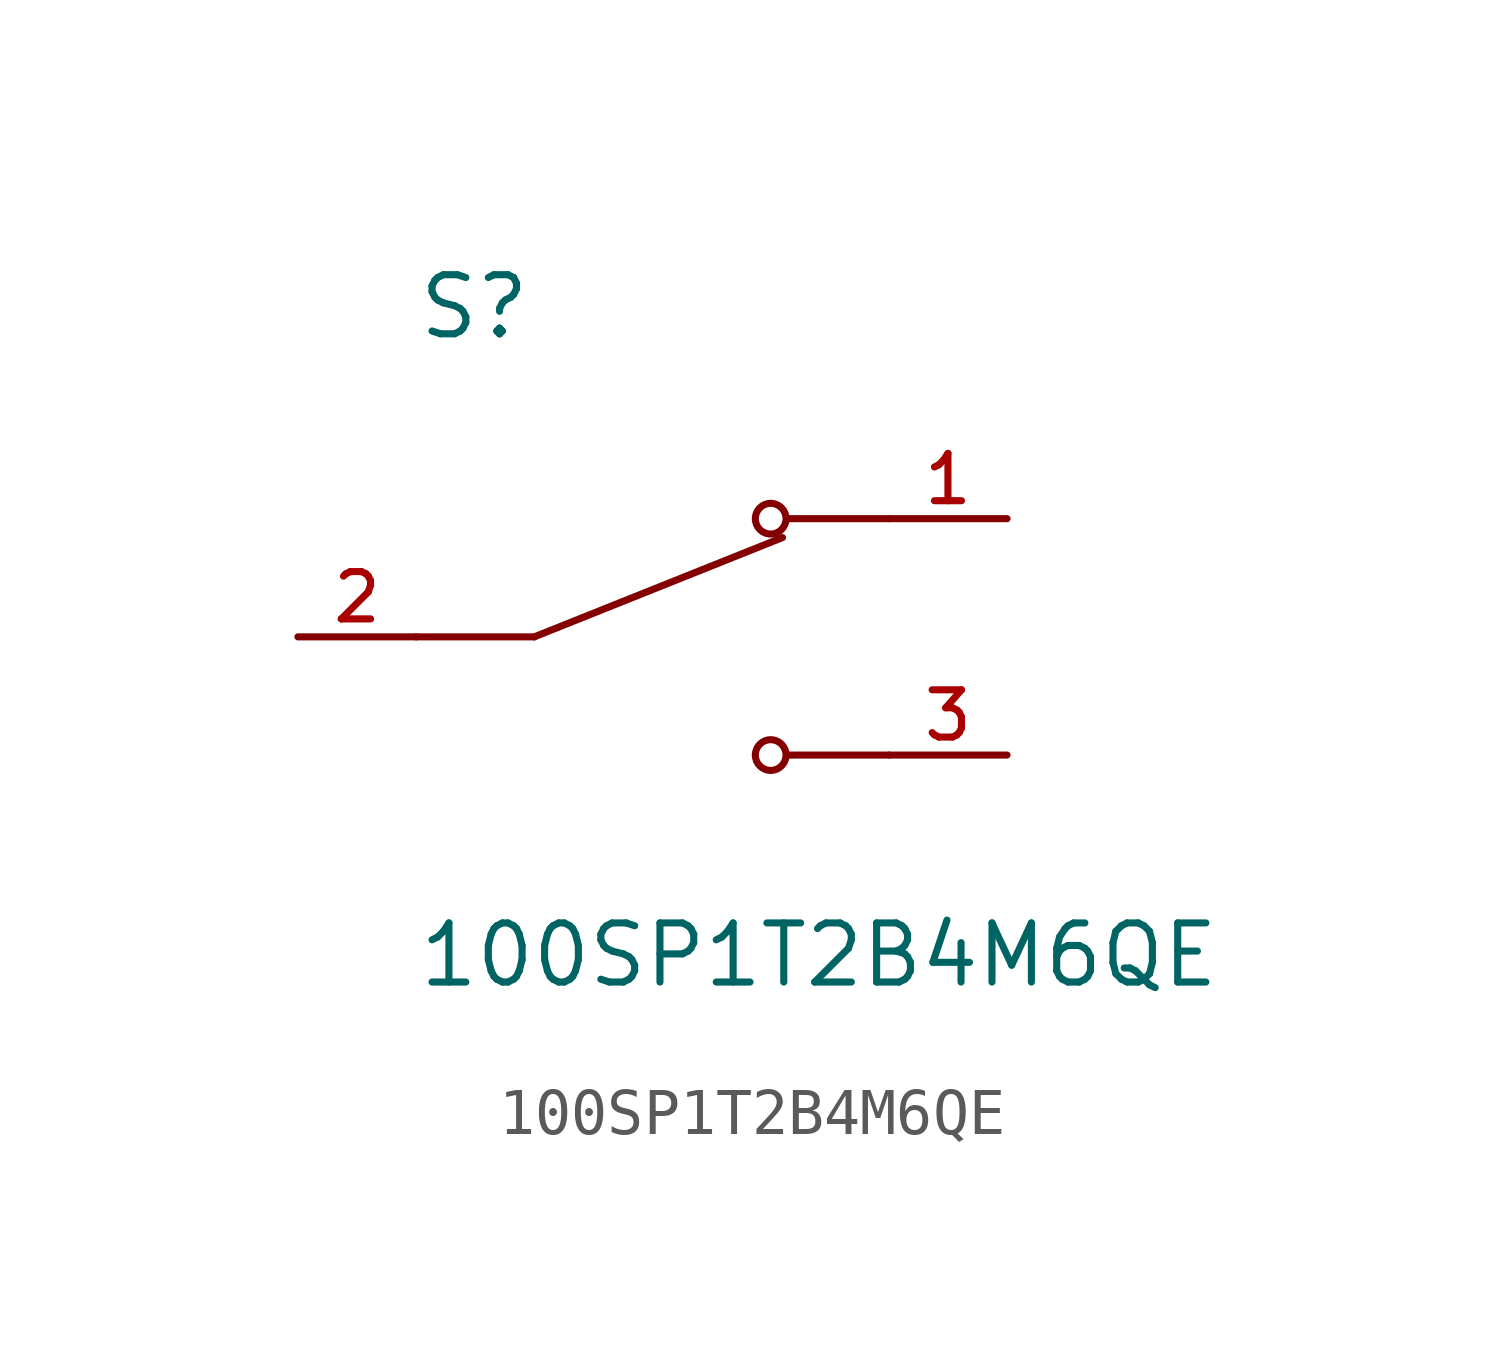
<source format=kicad_sym>
(kicad_symbol_lib
  (version 20211014)
  (generator kicad_symbol_editor)
  (symbol "100SP1T2B4M6QE"
    (pin_names
      (offset 1.016))
    (property "Reference" "S"
      (at -5.08 6.35 0)
      (effects (font (size 1.27 1.27)) (justify bottom left)))
    (property "Value" "100SP1T2B4M6QE"
      (at -5.08 -6.096 0)
      (effects (font (size 1.27 1.27)) (justify top left)))
    (symbol "100SP1T2B4M6QE_0_0"
      (polyline (pts (xy -2.54 0.0) (xy 2.794 2.134)) (stroke (width 0.152)))
      (circle (center 2.54 2.54) (radius 0.33) (stroke (width 0.152)) (fill (type none)))
      (circle (center 2.54 -2.54) (radius 0.33) (stroke (width 0.152)) (fill (type none)))
      (polyline (pts (xy 5.08 -2.54) (xy 2.921 -2.54)) (stroke (width 0.152)))
      (polyline (pts (xy 5.08 2.54) (xy 2.921 2.54)) (stroke (width 0.152)))
      (polyline (pts (xy -2.54 0.0) (xy -5.08 0.0)) (stroke (width 0.152)))
      (pin passive line (at 7.62 2.54 180.0) (length 2.54) (name "~" (effects (font (size 1.016 1.016)))) (number "1" (effects (font (size 1.016 1.016)))))
      (pin passive line (at -7.62 0.0 0) (length 2.54) (name "~" (effects (font (size 1.016 1.016)))) (number "2" (effects (font (size 1.016 1.016)))))
      (pin passive line (at 7.62 -2.54 180.0) (length 2.54) (name "~" (effects (font (size 1.016 1.016)))) (number "3" (effects (font (size 1.016 1.016))))))))
</source>
